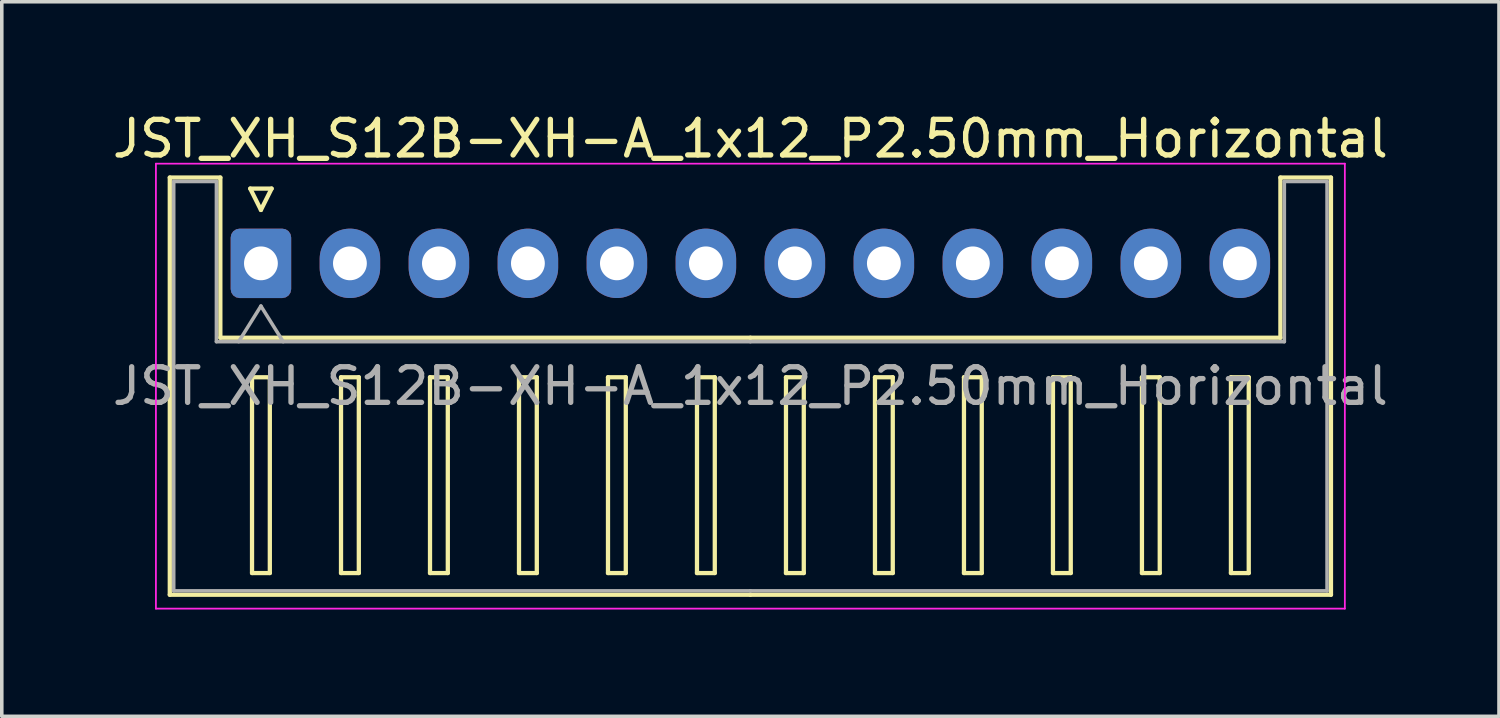
<source format=kicad_pcb>
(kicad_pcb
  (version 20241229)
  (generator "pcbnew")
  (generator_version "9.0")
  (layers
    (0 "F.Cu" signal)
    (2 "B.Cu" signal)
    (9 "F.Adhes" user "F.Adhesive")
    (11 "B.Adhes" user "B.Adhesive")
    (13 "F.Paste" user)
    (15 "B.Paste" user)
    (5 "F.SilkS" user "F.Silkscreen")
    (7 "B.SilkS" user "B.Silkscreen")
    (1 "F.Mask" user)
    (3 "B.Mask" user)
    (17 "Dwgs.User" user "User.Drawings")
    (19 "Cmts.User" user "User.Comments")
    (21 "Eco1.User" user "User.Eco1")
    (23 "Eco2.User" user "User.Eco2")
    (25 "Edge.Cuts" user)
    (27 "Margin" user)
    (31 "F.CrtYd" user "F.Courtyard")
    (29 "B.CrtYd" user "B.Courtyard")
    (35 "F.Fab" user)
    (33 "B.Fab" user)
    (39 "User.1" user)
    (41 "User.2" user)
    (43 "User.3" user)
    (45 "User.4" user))
  (footprint "JST_XH_S12B-XH-A_1x12_P2.50mm_Horizontal"
    (layer "F.Cu")
    (at 4.28 4.348)
    (property "Reference" "JST_XH_S12B-XH-A_1x12_P2.50mm_Horizontal" (at 13.75 -3.5 0) (layer "F.SilkS") (effects (font (size 1 1) (thickness 0.15))))
    (attr through_hole)
    (fp_line (start -2.56 -2.41) (end -1.14 -2.41) (stroke (width 0.12) (type solid)) (layer "F.SilkS"))
    (fp_line (start -2.56 9.31) (end -2.56 -2.41) (stroke (width 0.12) (type solid)) (layer "F.SilkS"))
    (fp_line (start -1.14 -2.41) (end -1.14 2.09) (stroke (width 0.12) (type solid)) (layer "F.SilkS"))
    (fp_line (start -1.14 2.09) (end 13.75 2.09) (stroke (width 0.12) (type solid)) (layer "F.SilkS"))
    (fp_line (start -0.3 -2.1) (end 0.3 -2.1) (stroke (width 0.12) (type solid)) (layer "F.SilkS"))
    (fp_line (start -0.25 3.2) (end -0.25 8.7) (stroke (width 0.12) (type solid)) (layer "F.SilkS"))
    (fp_line (start -0.25 8.7) (end 0.25 8.7) (stroke (width 0.12) (type solid)) (layer "F.SilkS"))
    (fp_line (start 0 -1.5) (end -0.3 -2.1) (stroke (width 0.12) (type solid)) (layer "F.SilkS"))
    (fp_line (start 0.25 3.2) (end -0.25 3.2) (stroke (width 0.12) (type solid)) (layer "F.SilkS"))
    (fp_line (start 0.25 8.7) (end 0.25 3.2) (stroke (width 0.12) (type solid)) (layer "F.SilkS"))
    (fp_line (start 0.3 -2.1) (end 0 -1.5) (stroke (width 0.12) (type solid)) (layer "F.SilkS"))
    (fp_line (start 2.25 3.2) (end 2.25 8.7) (stroke (width 0.12) (type solid)) (layer "F.SilkS"))
    (fp_line (start 2.25 8.7) (end 2.75 8.7) (stroke (width 0.12) (type solid)) (layer "F.SilkS"))
    (fp_line (start 2.75 3.2) (end 2.25 3.2) (stroke (width 0.12) (type solid)) (layer "F.SilkS"))
    (fp_line (start 2.75 8.7) (end 2.75 3.2) (stroke (width 0.12) (type solid)) (layer "F.SilkS"))
    (fp_line (start 4.75 3.2) (end 4.75 8.7) (stroke (width 0.12) (type solid)) (layer "F.SilkS"))
    (fp_line (start 4.75 8.7) (end 5.25 8.7) (stroke (width 0.12) (type solid)) (layer "F.SilkS"))
    (fp_line (start 5.25 3.2) (end 4.75 3.2) (stroke (width 0.12) (type solid)) (layer "F.SilkS"))
    (fp_line (start 5.25 8.7) (end 5.25 3.2) (stroke (width 0.12) (type solid)) (layer "F.SilkS"))
    (fp_line (start 7.25 3.2) (end 7.25 8.7) (stroke (width 0.12) (type solid)) (layer "F.SilkS"))
    (fp_line (start 7.25 8.7) (end 7.75 8.7) (stroke (width 0.12) (type solid)) (layer "F.SilkS"))
    (fp_line (start 7.75 3.2) (end 7.25 3.2) (stroke (width 0.12) (type solid)) (layer "F.SilkS"))
    (fp_line (start 7.75 8.7) (end 7.75 3.2) (stroke (width 0.12) (type solid)) (layer "F.SilkS"))
    (fp_line (start 9.75 3.2) (end 9.75 8.7) (stroke (width 0.12) (type solid)) (layer "F.SilkS"))
    (fp_line (start 9.75 8.7) (end 10.25 8.7) (stroke (width 0.12) (type solid)) (layer "F.SilkS"))
    (fp_line (start 10.25 3.2) (end 9.75 3.2) (stroke (width 0.12) (type solid)) (layer "F.SilkS"))
    (fp_line (start 10.25 8.7) (end 10.25 3.2) (stroke (width 0.12) (type solid)) (layer "F.SilkS"))
    (fp_line (start 12.25 3.2) (end 12.25 8.7) (stroke (width 0.12) (type solid)) (layer "F.SilkS"))
    (fp_line (start 12.25 8.7) (end 12.75 8.7) (stroke (width 0.12) (type solid)) (layer "F.SilkS"))
    (fp_line (start 12.75 3.2) (end 12.25 3.2) (stroke (width 0.12) (type solid)) (layer "F.SilkS"))
    (fp_line (start 12.75 8.7) (end 12.75 3.2) (stroke (width 0.12) (type solid)) (layer "F.SilkS"))
    (fp_line (start 13.75 9.31) (end -2.56 9.31) (stroke (width 0.12) (type solid)) (layer "F.SilkS"))
    (fp_line (start 13.75 9.31) (end 30.06 9.31) (stroke (width 0.12) (type solid)) (layer "F.SilkS"))
    (fp_line (start 14.75 3.2) (end 14.75 8.7) (stroke (width 0.12) (type solid)) (layer "F.SilkS"))
    (fp_line (start 14.75 8.7) (end 15.25 8.7) (stroke (width 0.12) (type solid)) (layer "F.SilkS"))
    (fp_line (start 15.25 3.2) (end 14.75 3.2) (stroke (width 0.12) (type solid)) (layer "F.SilkS"))
    (fp_line (start 15.25 8.7) (end 15.25 3.2) (stroke (width 0.12) (type solid)) (layer "F.SilkS"))
    (fp_line (start 17.25 3.2) (end 17.25 8.7) (stroke (width 0.12) (type solid)) (layer "F.SilkS"))
    (fp_line (start 17.25 8.7) (end 17.75 8.7) (stroke (width 0.12) (type solid)) (layer "F.SilkS"))
    (fp_line (start 17.75 3.2) (end 17.25 3.2) (stroke (width 0.12) (type solid)) (layer "F.SilkS"))
    (fp_line (start 17.75 8.7) (end 17.75 3.2) (stroke (width 0.12) (type solid)) (layer "F.SilkS"))
    (fp_line (start 19.75 3.2) (end 19.75 8.7) (stroke (width 0.12) (type solid)) (layer "F.SilkS"))
    (fp_line (start 19.75 8.7) (end 20.25 8.7) (stroke (width 0.12) (type solid)) (layer "F.SilkS"))
    (fp_line (start 20.25 3.2) (end 19.75 3.2) (stroke (width 0.12) (type solid)) (layer "F.SilkS"))
    (fp_line (start 20.25 8.7) (end 20.25 3.2) (stroke (width 0.12) (type solid)) (layer "F.SilkS"))
    (fp_line (start 22.25 3.2) (end 22.25 8.7) (stroke (width 0.12) (type solid)) (layer "F.SilkS"))
    (fp_line (start 22.25 8.7) (end 22.75 8.7) (stroke (width 0.12) (type solid)) (layer "F.SilkS"))
    (fp_line (start 22.75 3.2) (end 22.25 3.2) (stroke (width 0.12) (type solid)) (layer "F.SilkS"))
    (fp_line (start 22.75 8.7) (end 22.75 3.2) (stroke (width 0.12) (type solid)) (layer "F.SilkS"))
    (fp_line (start 24.75 3.2) (end 24.75 8.7) (stroke (width 0.12) (type solid)) (layer "F.SilkS"))
    (fp_line (start 24.75 8.7) (end 25.25 8.7) (stroke (width 0.12) (type solid)) (layer "F.SilkS"))
    (fp_line (start 25.25 3.2) (end 24.75 3.2) (stroke (width 0.12) (type solid)) (layer "F.SilkS"))
    (fp_line (start 25.25 8.7) (end 25.25 3.2) (stroke (width 0.12) (type solid)) (layer "F.SilkS"))
    (fp_line (start 27.25 3.2) (end 27.25 8.7) (stroke (width 0.12) (type solid)) (layer "F.SilkS"))
    (fp_line (start 27.25 8.7) (end 27.75 8.7) (stroke (width 0.12) (type solid)) (layer "F.SilkS"))
    (fp_line (start 27.75 3.2) (end 27.25 3.2) (stroke (width 0.12) (type solid)) (layer "F.SilkS"))
    (fp_line (start 27.75 8.7) (end 27.75 3.2) (stroke (width 0.12) (type solid)) (layer "F.SilkS"))
    (fp_line (start 28.64 -2.41) (end 28.64 2.09) (stroke (width 0.12) (type solid)) (layer "F.SilkS"))
    (fp_line (start 28.64 2.09) (end 13.75 2.09) (stroke (width 0.12) (type solid)) (layer "F.SilkS"))
    (fp_line (start 30.06 -2.41) (end 28.64 -2.41) (stroke (width 0.12) (type solid)) (layer "F.SilkS"))
    (fp_line (start 30.06 9.31) (end 30.06 -2.41) (stroke (width 0.12) (type solid)) (layer "F.SilkS"))
    (fp_line (start -2.95 -2.8) (end -2.95 9.7) (stroke (width 0.05) (type solid)) (layer "F.CrtYd"))
    (fp_line (start -2.95 9.7) (end 30.45 9.7) (stroke (width 0.05) (type solid)) (layer "F.CrtYd"))
    (fp_line (start 30.45 -2.8) (end -2.95 -2.8) (stroke (width 0.05) (type solid)) (layer "F.CrtYd"))
    (fp_line (start 30.45 9.7) (end 30.45 -2.8) (stroke (width 0.05) (type solid)) (layer "F.CrtYd"))
    (fp_line (start -2.45 -2.3) (end -1.25 -2.3) (stroke (width 0.1) (type solid)) (layer "F.Fab"))
    (fp_line (start -2.45 9.2) (end -2.45 -2.3) (stroke (width 0.1) (type solid)) (layer "F.Fab"))
    (fp_line (start -1.25 -2.3) (end -1.25 2.2) (stroke (width 0.1) (type solid)) (layer "F.Fab"))
    (fp_line (start -1.25 2.2) (end 13.75 2.2) (stroke (width 0.1) (type solid)) (layer "F.Fab"))
    (fp_line (start -0.625 2.2) (end 0 1.2) (stroke (width 0.1) (type solid)) (layer "F.Fab"))
    (fp_line (start 0 1.2) (end 0.625 2.2) (stroke (width 0.1) (type solid)) (layer "F.Fab"))
    (fp_line (start 13.75 9.2) (end -2.45 9.2) (stroke (width 0.1) (type solid)) (layer "F.Fab"))
    (fp_line (start 13.75 9.2) (end 29.95 9.2) (stroke (width 0.1) (type solid)) (layer "F.Fab"))
    (fp_line (start 28.75 -2.3) (end 28.75 2.2) (stroke (width 0.1) (type solid)) (layer "F.Fab"))
    (fp_line (start 28.75 2.2) (end 13.75 2.2) (stroke (width 0.1) (type solid)) (layer "F.Fab"))
    (fp_line (start 29.95 -2.3) (end 28.75 -2.3) (stroke (width 0.1) (type solid)) (layer "F.Fab"))
    (fp_line (start 29.95 9.2) (end 29.95 -2.3) (stroke (width 0.1) (type solid)) (layer "F.Fab"))
    (fp_text user "${REFERENCE}" (at 13.75 3.45 0) (layer "F.Fab") (effects (font (size 1 1) (thickness 0.15))))
    (pad "1" thru_hole roundrect (at 0 0) (size 1.7 1.95) (drill 0.95) (layers "*.Cu" "*.Mask") (roundrect_rratio 0.147))
    (pad "2" thru_hole oval (at 2.5 0) (size 1.7 1.95) (drill 0.95) (layers "*.Cu" "*.Mask"))
    (pad "3" thru_hole oval (at 5 0) (size 1.7 1.95) (drill 0.95) (layers "*.Cu" "*.Mask"))
    (pad "4" thru_hole oval (at 7.5 0) (size 1.7 1.95) (drill 0.95) (layers "*.Cu" "*.Mask"))
    (pad "5" thru_hole oval (at 10 0) (size 1.7 1.95) (drill 0.95) (layers "*.Cu" "*.Mask"))
    (pad "6" thru_hole oval (at 12.5 0) (size 1.7 1.95) (drill 0.95) (layers "*.Cu" "*.Mask"))
    (pad "7" thru_hole oval (at 15 0) (size 1.7 1.95) (drill 0.95) (layers "*.Cu" "*.Mask"))
    (pad "8" thru_hole oval (at 17.5 0) (size 1.7 1.95) (drill 0.95) (layers "*.Cu" "*.Mask"))
    (pad "9" thru_hole oval (at 20 0) (size 1.7 1.95) (drill 0.95) (layers "*.Cu" "*.Mask"))
    (pad "10" thru_hole oval (at 22.5 0) (size 1.7 1.95) (drill 0.95) (layers "*.Cu" "*.Mask"))
    (pad "11" thru_hole oval (at 25 0) (size 1.7 1.95) (drill 0.95) (layers "*.Cu" "*.Mask"))
    (pad "12" thru_hole oval (at 27.5 0) (size 1.7 1.95) (drill 0.95) (layers "*.Cu" "*.Mask")))
  (gr_rect
    (start -3 -3)
    (end 39.06 17.073)
    (stroke (width 0.1) (type default))
    (fill no)
    (layer "Edge.Cuts")))
</source>
